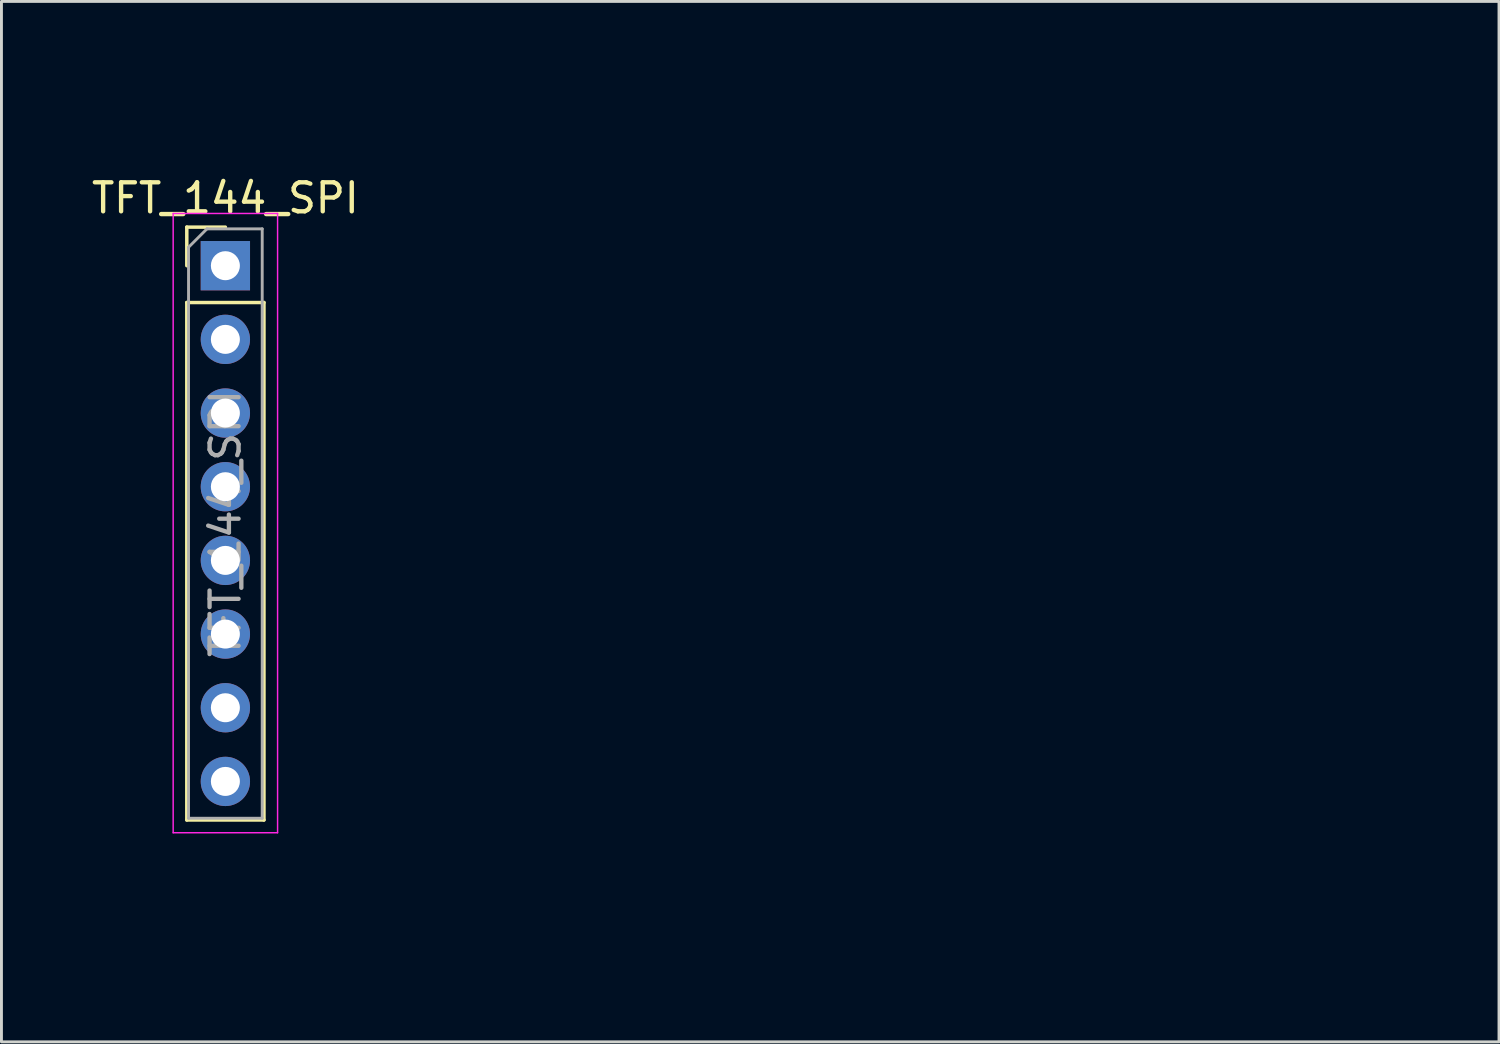
<source format=kicad_pcb>
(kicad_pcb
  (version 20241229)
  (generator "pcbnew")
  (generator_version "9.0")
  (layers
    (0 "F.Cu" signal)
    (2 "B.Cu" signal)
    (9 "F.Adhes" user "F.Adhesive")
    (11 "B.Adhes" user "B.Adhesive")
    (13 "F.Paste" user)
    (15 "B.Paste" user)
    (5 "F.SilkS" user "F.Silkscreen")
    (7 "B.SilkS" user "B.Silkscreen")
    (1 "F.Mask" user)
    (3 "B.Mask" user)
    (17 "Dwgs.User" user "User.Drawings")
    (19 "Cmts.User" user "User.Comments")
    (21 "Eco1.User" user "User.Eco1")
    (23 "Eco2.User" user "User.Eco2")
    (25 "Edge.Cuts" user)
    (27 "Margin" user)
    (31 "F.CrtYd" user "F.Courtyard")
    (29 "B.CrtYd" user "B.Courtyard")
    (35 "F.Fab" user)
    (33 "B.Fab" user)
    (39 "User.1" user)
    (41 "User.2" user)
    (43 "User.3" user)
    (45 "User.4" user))
  (footprint "TFT_144_SPI"
    (layer "F.Cu")
    (at 2.22 4.11)
    (property "Reference" "TFT_144_SPI" (at 2.5 -0.33 0) (layer "F.SilkS") (effects (font (size 1 1) (thickness 0.15))))
    (attr through_hole)
    (fp_line (start 1.17 0.67) (end 2.5 0.67) (stroke (width 0.12) (type solid)) (layer "F.SilkS"))
    (fp_line (start 1.17 2) (end 1.17 0.67) (stroke (width 0.12) (type solid)) (layer "F.SilkS"))
    (fp_line (start 1.17 3.27) (end 1.17 21.11) (stroke (width 0.12) (type solid)) (layer "F.SilkS"))
    (fp_line (start 1.17 3.27) (end 3.83 3.27) (stroke (width 0.12) (type solid)) (layer "F.SilkS"))
    (fp_line (start 1.17 21.11) (end 3.83 21.11) (stroke (width 0.12) (type solid)) (layer "F.SilkS"))
    (fp_line (start 3.83 3.27) (end 3.83 21.11) (stroke (width 0.12) (type solid)) (layer "F.SilkS"))
    (fp_line (start 0 -4.05) (end 43.35 -4) (stroke (width 0.12) (type solid)) (layer "Margin"))
    (fp_line (start 0 25.65) (end 0 -4.05) (stroke (width 0.12) (type solid)) (layer "Margin"))
    (fp_line (start 43.35 -4) (end 43.35 25.7) (stroke (width 0.12) (type solid)) (layer "Margin"))
    (fp_line (start 43.35 25.7) (end 0 25.65) (stroke (width 0.12) (type solid)) (layer "Margin"))
    (fp_line (start 0.7 0.2) (end 0.7 21.55) (stroke (width 0.05) (type solid)) (layer "F.CrtYd"))
    (fp_line (start 0.7 21.55) (end 4.3 21.55) (stroke (width 0.05) (type solid)) (layer "F.CrtYd"))
    (fp_line (start 4.3 0.2) (end 0.7 0.2) (stroke (width 0.05) (type solid)) (layer "F.CrtYd"))
    (fp_line (start 4.3 21.55) (end 4.3 0.2) (stroke (width 0.05) (type solid)) (layer "F.CrtYd"))
    (fp_line (start 1.23 1.365) (end 1.865 0.73) (stroke (width 0.1) (type solid)) (layer "F.Fab"))
    (fp_line (start 1.23 21.05) (end 1.23 1.365) (stroke (width 0.1) (type solid)) (layer "F.Fab"))
    (fp_line (start 1.865 0.73) (end 3.77 0.73) (stroke (width 0.1) (type solid)) (layer "F.Fab"))
    (fp_line (start 3.77 0.73) (end 3.77 21.05) (stroke (width 0.1) (type solid)) (layer "F.Fab"))
    (fp_line (start 3.77 21.05) (end 1.23 21.05) (stroke (width 0.1) (type solid)) (layer "F.Fab"))
    (fp_text user "${REFERENCE}" (at 2.5 10.89 90) (layer "F.Fab") (effects (font (size 1 1) (thickness 0.15))))
    (pad "1" thru_hole rect (at 2.5 2) (size 1.7 1.7) (drill 1) (layers "*.Cu" "*.Mask"))
    (pad "2" thru_hole oval (at 2.5 4.54) (size 1.7 1.7) (drill 1) (layers "*.Cu" "*.Mask"))
    (pad "3" thru_hole oval (at 2.5 7.08) (size 1.7 1.7) (drill 1) (layers "*.Cu" "*.Mask"))
    (pad "4" thru_hole oval (at 2.5 9.62) (size 1.7 1.7) (drill 1) (layers "*.Cu" "*.Mask"))
    (pad "5" thru_hole oval (at 2.5 12.16) (size 1.7 1.7) (drill 1) (layers "*.Cu" "*.Mask"))
    (pad "6" thru_hole oval (at 2.5 14.7) (size 1.7 1.7) (drill 1) (layers "*.Cu" "*.Mask"))
    (pad "7" thru_hole oval (at 2.5 17.24) (size 1.7 1.7) (drill 1) (layers "*.Cu" "*.Mask"))
    (pad "8" thru_hole oval (at 2.5 19.78) (size 1.7 1.7) (drill 1) (layers "*.Cu" "*.Mask")))
  (gr_rect
    (start -3 -3)
    (end 48.63 32.87)
    (stroke (width 0.1) (type default))
    (fill no)
    (layer "Edge.Cuts")))
</source>
